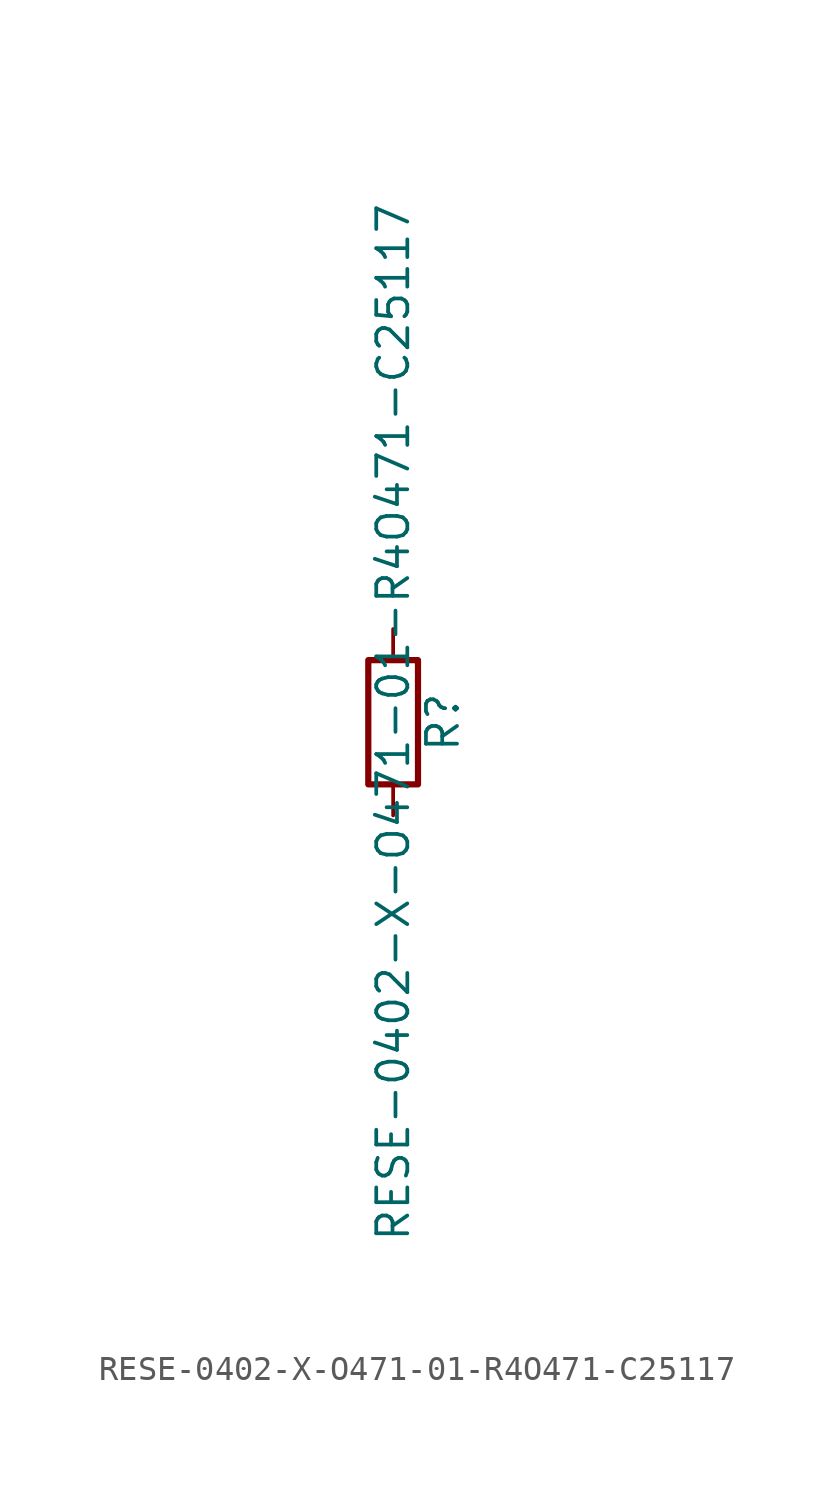
<source format=kicad_sym>
(kicad_symbol_lib
  (version 20211014)
  (generator kicad_symbol_editor)
  (symbol "RESE-0402-X-O471-01-R4O471-C25117"
    (pin_numbers hide)
    (pin_names
      (offset 0))
    (property "Reference" "R"
      (at 2.032 0 90)
      (effects (font (size 1.27 1.27))))
    (property "Value" "RESE-0402-X-O471-01-R4O471-C25117"
      (at 0 0 90)
      (effects (font (size 1.27 1.27))))
    (symbol "RESE-0402-X-O471-01-R4O471-C25117_0_1"
      (rectangle (start -1.016 -2.54) (end 1.016 2.54) (stroke (width 0.254) (type default) (color 0 0 0 0)) (fill (type none))))
    (symbol "RESE-0402-X-O471-01-R4O471-C25117_1_1"
      (pin passive line (at 0 3.81 270) (length 1.27) (name "~" (effects (font (size 1.27 1.27)))) (number "1" (effects (font (size 1.27 1.27)))))
      (pin passive line (at 0 -3.81 90) (length 1.27) (name "~" (effects (font (size 1.27 1.27)))) (number "2" (effects (font (size 1.27 1.27))))))))
</source>
